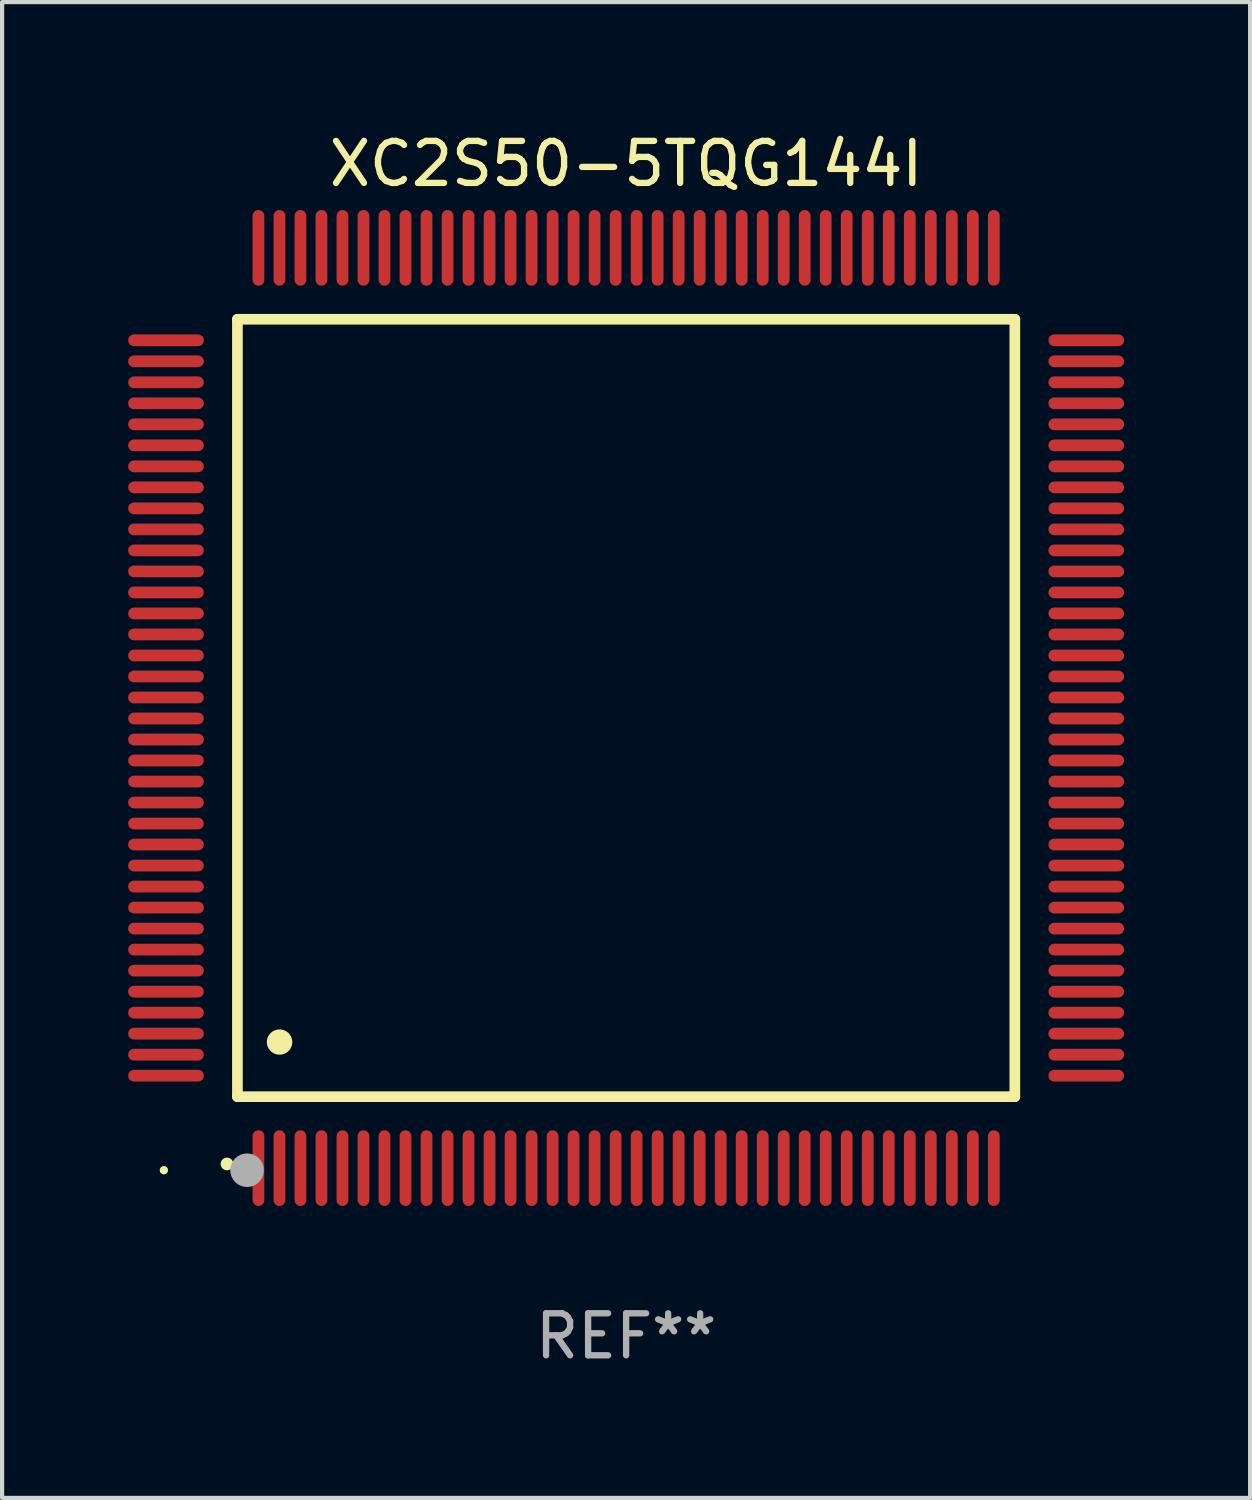
<source format=kicad_pcb>
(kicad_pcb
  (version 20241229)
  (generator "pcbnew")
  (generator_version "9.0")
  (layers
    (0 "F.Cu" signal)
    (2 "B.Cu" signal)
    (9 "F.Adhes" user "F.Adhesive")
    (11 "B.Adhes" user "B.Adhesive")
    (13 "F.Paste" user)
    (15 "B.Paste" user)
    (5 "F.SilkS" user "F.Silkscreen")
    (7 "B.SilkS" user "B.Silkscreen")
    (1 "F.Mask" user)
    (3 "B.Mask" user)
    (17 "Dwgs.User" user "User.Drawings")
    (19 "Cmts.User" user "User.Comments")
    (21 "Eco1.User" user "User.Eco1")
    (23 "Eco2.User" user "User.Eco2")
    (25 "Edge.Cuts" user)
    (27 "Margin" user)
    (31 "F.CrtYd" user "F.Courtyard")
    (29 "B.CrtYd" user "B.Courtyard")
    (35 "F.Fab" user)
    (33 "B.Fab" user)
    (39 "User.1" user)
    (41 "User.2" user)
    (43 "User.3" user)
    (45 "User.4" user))
  (footprint "XC2S50-5TQG144I"
    (layer "F.Cu")
    (at 11.85 13.798)
    (property "Reference" "XC2S50-5TQG144I" (at 0 -12.95 0) (layer "F.SilkS") (effects (font (size 1 1) (thickness 0.15))))
    (attr through_hole)
    (fp_line (start -9.25 -9.25) (end -9.25 9.25) (stroke (width 0.254) (type solid)) (layer "F.SilkS"))
    (fp_line (start -9.25 9.25) (end 9.25 9.25) (stroke (width 0.254) (type solid)) (layer "F.SilkS"))
    (fp_line (start 9.25 -9.25) (end -9.25 -9.25) (stroke (width 0.254) (type solid)) (layer "F.SilkS"))
    (fp_line (start 9.25 9.25) (end 9.25 -9.25) (stroke (width 0.254) (type solid)) (layer "F.SilkS"))
    (fp_arc (start -9.499619 10.850902) (mid -9.498349 10.850897) (end -9.497079 10.850902) (stroke (width 0.3) (type solid)) (layer "F.SilkS"))
    (fp_arc (start -8.249936 7.950216) (mid -8.247396 7.950205) (end -8.244856 7.950216) (stroke (width 0.6) (type solid)) (layer "F.SilkS"))
    (fp_circle (center -11 11) (end -10.95 11) (stroke (width 0.1) (type solid)) (fill no) (layer "F.SilkS"))
    (fp_circle (center -9.02 11) (end -8.82 11) (stroke (width 0.4) (type solid)) (fill no) (layer "F.Fab"))
    (fp_text user "REF**" (at 0 14.95 0) (layer "F.Fab") (effects (font (size 1 1) (thickness 0.15))))
    (pad "1" smd oval (at -8.75 10.95) (size 0.28 1.8) (layers "F.Cu" "F.Mask" "F.Paste"))
    (pad "2" smd oval (at -8.25 10.95) (size 0.28 1.8) (layers "F.Cu" "F.Mask" "F.Paste"))
    (pad "3" smd oval (at -7.75 10.95) (size 0.28 1.8) (layers "F.Cu" "F.Mask" "F.Paste"))
    (pad "4" smd oval (at -7.25 10.95) (size 0.28 1.8) (layers "F.Cu" "F.Mask" "F.Paste"))
    (pad "5" smd oval (at -6.75 10.95) (size 0.28 1.8) (layers "F.Cu" "F.Mask" "F.Paste"))
    (pad "6" smd oval (at -6.25 10.95) (size 0.28 1.8) (layers "F.Cu" "F.Mask" "F.Paste"))
    (pad "7" smd oval (at -5.75 10.95) (size 0.28 1.8) (layers "F.Cu" "F.Mask" "F.Paste"))
    (pad "8" smd oval (at -5.25 10.95) (size 0.28 1.8) (layers "F.Cu" "F.Mask" "F.Paste"))
    (pad "9" smd oval (at -4.75 10.95) (size 0.28 1.8) (layers "F.Cu" "F.Mask" "F.Paste"))
    (pad "10" smd oval (at -4.25 10.95) (size 0.28 1.8) (layers "F.Cu" "F.Mask" "F.Paste"))
    (pad "11" smd oval (at -3.75 10.95) (size 0.28 1.8) (layers "F.Cu" "F.Mask" "F.Paste"))
    (pad "12" smd oval (at -3.25 10.95) (size 0.28 1.8) (layers "F.Cu" "F.Mask" "F.Paste"))
    (pad "13" smd oval (at -2.75 10.95) (size 0.28 1.8) (layers "F.Cu" "F.Mask" "F.Paste"))
    (pad "14" smd oval (at -2.25 10.95) (size 0.28 1.8) (layers "F.Cu" "F.Mask" "F.Paste"))
    (pad "15" smd oval (at -1.75 10.95) (size 0.28 1.8) (layers "F.Cu" "F.Mask" "F.Paste"))
    (pad "16" smd oval (at -1.25 10.95) (size 0.28 1.8) (layers "F.Cu" "F.Mask" "F.Paste"))
    (pad "17" smd oval (at -0.75 10.95) (size 0.28 1.8) (layers "F.Cu" "F.Mask" "F.Paste"))
    (pad "18" smd oval (at -0.25 10.95) (size 0.28 1.8) (layers "F.Cu" "F.Mask" "F.Paste"))
    (pad "19" smd oval (at 0.25 10.95) (size 0.28 1.8) (layers "F.Cu" "F.Mask" "F.Paste"))
    (pad "20" smd oval (at 0.75 10.95) (size 0.28 1.8) (layers "F.Cu" "F.Mask" "F.Paste"))
    (pad "21" smd oval (at 1.25 10.95) (size 0.28 1.8) (layers "F.Cu" "F.Mask" "F.Paste"))
    (pad "22" smd oval (at 1.75 10.95) (size 0.28 1.8) (layers "F.Cu" "F.Mask" "F.Paste"))
    (pad "23" smd oval (at 2.25 10.95) (size 0.28 1.8) (layers "F.Cu" "F.Mask" "F.Paste"))
    (pad "24" smd oval (at 2.75 10.95) (size 0.28 1.8) (layers "F.Cu" "F.Mask" "F.Paste"))
    (pad "25" smd oval (at 3.25 10.95) (size 0.28 1.8) (layers "F.Cu" "F.Mask" "F.Paste"))
    (pad "26" smd oval (at 3.75 10.95) (size 0.28 1.8) (layers "F.Cu" "F.Mask" "F.Paste"))
    (pad "27" smd oval (at 4.25 10.95) (size 0.28 1.8) (layers "F.Cu" "F.Mask" "F.Paste"))
    (pad "28" smd oval (at 4.75 10.95) (size 0.28 1.8) (layers "F.Cu" "F.Mask" "F.Paste"))
    (pad "29" smd oval (at 5.25 10.95) (size 0.28 1.8) (layers "F.Cu" "F.Mask" "F.Paste"))
    (pad "30" smd oval (at 5.75 10.95) (size 0.28 1.8) (layers "F.Cu" "F.Mask" "F.Paste"))
    (pad "31" smd oval (at 6.25 10.95) (size 0.28 1.8) (layers "F.Cu" "F.Mask" "F.Paste"))
    (pad "32" smd oval (at 6.75 10.95) (size 0.28 1.8) (layers "F.Cu" "F.Mask" "F.Paste"))
    (pad "33" smd oval (at 7.25 10.95) (size 0.28 1.8) (layers "F.Cu" "F.Mask" "F.Paste"))
    (pad "34" smd oval (at 7.75 10.95) (size 0.28 1.8) (layers "F.Cu" "F.Mask" "F.Paste"))
    (pad "35" smd oval (at 8.25 10.95) (size 0.28 1.8) (layers "F.Cu" "F.Mask" "F.Paste"))
    (pad "36" smd oval (at 8.75 10.95) (size 0.28 1.8) (layers "F.Cu" "F.Mask" "F.Paste"))
    (pad "37" smd oval (at 10.95 8.75) (size 1.8 0.28) (layers "F.Cu" "F.Mask" "F.Paste"))
    (pad "38" smd oval (at 10.95 8.25) (size 1.8 0.28) (layers "F.Cu" "F.Mask" "F.Paste"))
    (pad "39" smd oval (at 10.95 7.75) (size 1.8 0.28) (layers "F.Cu" "F.Mask" "F.Paste"))
    (pad "40" smd oval (at 10.95 7.25) (size 1.8 0.28) (layers "F.Cu" "F.Mask" "F.Paste"))
    (pad "41" smd oval (at 10.95 6.75) (size 1.8 0.28) (layers "F.Cu" "F.Mask" "F.Paste"))
    (pad "42" smd oval (at 10.95 6.25) (size 1.8 0.28) (layers "F.Cu" "F.Mask" "F.Paste"))
    (pad "43" smd oval (at 10.95 5.75) (size 1.8 0.28) (layers "F.Cu" "F.Mask" "F.Paste"))
    (pad "44" smd oval (at 10.95 5.25) (size 1.8 0.28) (layers "F.Cu" "F.Mask" "F.Paste"))
    (pad "45" smd oval (at 10.95 4.75) (size 1.8 0.28) (layers "F.Cu" "F.Mask" "F.Paste"))
    (pad "46" smd oval (at 10.95 4.25) (size 1.8 0.28) (layers "F.Cu" "F.Mask" "F.Paste"))
    (pad "47" smd oval (at 10.95 3.75) (size 1.8 0.28) (layers "F.Cu" "F.Mask" "F.Paste"))
    (pad "48" smd oval (at 10.95 3.25) (size 1.8 0.28) (layers "F.Cu" "F.Mask" "F.Paste"))
    (pad "49" smd oval (at 10.95 2.75) (size 1.8 0.28) (layers "F.Cu" "F.Mask" "F.Paste"))
    (pad "50" smd oval (at 10.95 2.25) (size 1.8 0.28) (layers "F.Cu" "F.Mask" "F.Paste"))
    (pad "51" smd oval (at 10.95 1.75) (size 1.8 0.28) (layers "F.Cu" "F.Mask" "F.Paste"))
    (pad "52" smd oval (at 10.95 1.25) (size 1.8 0.28) (layers "F.Cu" "F.Mask" "F.Paste"))
    (pad "53" smd oval (at 10.95 0.75) (size 1.8 0.28) (layers "F.Cu" "F.Mask" "F.Paste"))
    (pad "54" smd oval (at 10.95 0.25) (size 1.8 0.28) (layers "F.Cu" "F.Mask" "F.Paste"))
    (pad "55" smd oval (at 10.95 -0.25) (size 1.8 0.28) (layers "F.Cu" "F.Mask" "F.Paste"))
    (pad "56" smd oval (at 10.95 -0.75) (size 1.8 0.28) (layers "F.Cu" "F.Mask" "F.Paste"))
    (pad "57" smd oval (at 10.95 -1.25) (size 1.8 0.28) (layers "F.Cu" "F.Mask" "F.Paste"))
    (pad "58" smd oval (at 10.95 -1.75) (size 1.8 0.28) (layers "F.Cu" "F.Mask" "F.Paste"))
    (pad "59" smd oval (at 10.95 -2.25) (size 1.8 0.28) (layers "F.Cu" "F.Mask" "F.Paste"))
    (pad "60" smd oval (at 10.95 -2.75) (size 1.8 0.28) (layers "F.Cu" "F.Mask" "F.Paste"))
    (pad "61" smd oval (at 10.95 -3.25) (size 1.8 0.28) (layers "F.Cu" "F.Mask" "F.Paste"))
    (pad "62" smd oval (at 10.95 -3.75) (size 1.8 0.28) (layers "F.Cu" "F.Mask" "F.Paste"))
    (pad "63" smd oval (at 10.95 -4.25) (size 1.8 0.28) (layers "F.Cu" "F.Mask" "F.Paste"))
    (pad "64" smd oval (at 10.95 -4.75) (size 1.8 0.28) (layers "F.Cu" "F.Mask" "F.Paste"))
    (pad "65" smd oval (at 10.95 -5.25) (size 1.8 0.28) (layers "F.Cu" "F.Mask" "F.Paste"))
    (pad "66" smd oval (at 10.95 -5.75) (size 1.8 0.28) (layers "F.Cu" "F.Mask" "F.Paste"))
    (pad "67" smd oval (at 10.95 -6.25) (size 1.8 0.28) (layers "F.Cu" "F.Mask" "F.Paste"))
    (pad "68" smd oval (at 10.95 -6.75) (size 1.8 0.28) (layers "F.Cu" "F.Mask" "F.Paste"))
    (pad "69" smd oval (at 10.95 -7.25) (size 1.8 0.28) (layers "F.Cu" "F.Mask" "F.Paste"))
    (pad "70" smd oval (at 10.95 -7.75) (size 1.8 0.28) (layers "F.Cu" "F.Mask" "F.Paste"))
    (pad "71" smd oval (at 10.95 -8.25) (size 1.8 0.28) (layers "F.Cu" "F.Mask" "F.Paste"))
    (pad "72" smd oval (at 10.95 -8.75) (size 1.8 0.28) (layers "F.Cu" "F.Mask" "F.Paste"))
    (pad "73" smd oval (at 8.75 -10.95) (size 0.28 1.8) (layers "F.Cu" "F.Mask" "F.Paste"))
    (pad "74" smd oval (at 8.25 -10.95) (size 0.28 1.8) (layers "F.Cu" "F.Mask" "F.Paste"))
    (pad "75" smd oval (at 7.75 -10.95) (size 0.28 1.8) (layers "F.Cu" "F.Mask" "F.Paste"))
    (pad "76" smd oval (at 7.25 -10.95) (size 0.28 1.8) (layers "F.Cu" "F.Mask" "F.Paste"))
    (pad "77" smd oval (at 6.75 -10.95) (size 0.28 1.8) (layers "F.Cu" "F.Mask" "F.Paste"))
    (pad "78" smd oval (at 6.25 -10.95) (size 0.28 1.8) (layers "F.Cu" "F.Mask" "F.Paste"))
    (pad "79" smd oval (at 5.75 -10.95) (size 0.28 1.8) (layers "F.Cu" "F.Mask" "F.Paste"))
    (pad "80" smd oval (at 5.25 -10.95) (size 0.28 1.8) (layers "F.Cu" "F.Mask" "F.Paste"))
    (pad "81" smd oval (at 4.75 -10.95) (size 0.28 1.8) (layers "F.Cu" "F.Mask" "F.Paste"))
    (pad "82" smd oval (at 4.25 -10.95) (size 0.28 1.8) (layers "F.Cu" "F.Mask" "F.Paste"))
    (pad "83" smd oval (at 3.75 -10.95) (size 0.28 1.8) (layers "F.Cu" "F.Mask" "F.Paste"))
    (pad "84" smd oval (at 3.25 -10.95) (size 0.28 1.8) (layers "F.Cu" "F.Mask" "F.Paste"))
    (pad "85" smd oval (at 2.75 -10.95) (size 0.28 1.8) (layers "F.Cu" "F.Mask" "F.Paste"))
    (pad "86" smd oval (at 2.25 -10.95) (size 0.28 1.8) (layers "F.Cu" "F.Mask" "F.Paste"))
    (pad "87" smd oval (at 1.75 -10.95) (size 0.28 1.8) (layers "F.Cu" "F.Mask" "F.Paste"))
    (pad "88" smd oval (at 1.25 -10.95) (size 0.28 1.8) (layers "F.Cu" "F.Mask" "F.Paste"))
    (pad "89" smd oval (at 0.75 -10.95) (size 0.28 1.8) (layers "F.Cu" "F.Mask" "F.Paste"))
    (pad "90" smd oval (at 0.25 -10.95) (size 0.28 1.8) (layers "F.Cu" "F.Mask" "F.Paste"))
    (pad "91" smd oval (at -0.25 -10.95) (size 0.28 1.8) (layers "F.Cu" "F.Mask" "F.Paste"))
    (pad "92" smd oval (at -0.75 -10.95) (size 0.28 1.8) (layers "F.Cu" "F.Mask" "F.Paste"))
    (pad "93" smd oval (at -1.25 -10.95) (size 0.28 1.8) (layers "F.Cu" "F.Mask" "F.Paste"))
    (pad "94" smd oval (at -1.75 -10.95) (size 0.28 1.8) (layers "F.Cu" "F.Mask" "F.Paste"))
    (pad "95" smd oval (at -2.25 -10.95) (size 0.28 1.8) (layers "F.Cu" "F.Mask" "F.Paste"))
    (pad "96" smd oval (at -2.75 -10.95) (size 0.28 1.8) (layers "F.Cu" "F.Mask" "F.Paste"))
    (pad "97" smd oval (at -3.25 -10.95) (size 0.28 1.8) (layers "F.Cu" "F.Mask" "F.Paste"))
    (pad "98" smd oval (at -3.75 -10.95) (size 0.28 1.8) (layers "F.Cu" "F.Mask" "F.Paste"))
    (pad "99" smd oval (at -4.25 -10.95) (size 0.28 1.8) (layers "F.Cu" "F.Mask" "F.Paste"))
    (pad "100" smd oval (at -4.75 -10.95) (size 0.28 1.8) (layers "F.Cu" "F.Mask" "F.Paste"))
    (pad "101" smd oval (at -5.25 -10.95) (size 0.28 1.8) (layers "F.Cu" "F.Mask" "F.Paste"))
    (pad "102" smd oval (at -5.75 -10.95) (size 0.28 1.8) (layers "F.Cu" "F.Mask" "F.Paste"))
    (pad "103" smd oval (at -6.25 -10.95) (size 0.28 1.8) (layers "F.Cu" "F.Mask" "F.Paste"))
    (pad "104" smd oval (at -6.75 -10.95) (size 0.28 1.8) (layers "F.Cu" "F.Mask" "F.Paste"))
    (pad "105" smd oval (at -7.25 -10.95) (size 0.28 1.8) (layers "F.Cu" "F.Mask" "F.Paste"))
    (pad "106" smd oval (at -7.75 -10.95) (size 0.28 1.8) (layers "F.Cu" "F.Mask" "F.Paste"))
    (pad "107" smd oval (at -8.25 -10.95) (size 0.28 1.8) (layers "F.Cu" "F.Mask" "F.Paste"))
    (pad "108" smd oval (at -8.75 -10.95) (size 0.28 1.8) (layers "F.Cu" "F.Mask" "F.Paste"))
    (pad "109" smd oval (at -10.95 -8.75) (size 1.8 0.28) (layers "F.Cu" "F.Mask" "F.Paste"))
    (pad "110" smd oval (at -10.95 -8.25) (size 1.8 0.28) (layers "F.Cu" "F.Mask" "F.Paste"))
    (pad "111" smd oval (at -10.95 -7.75) (size 1.8 0.28) (layers "F.Cu" "F.Mask" "F.Paste"))
    (pad "112" smd oval (at -10.95 -7.25) (size 1.8 0.28) (layers "F.Cu" "F.Mask" "F.Paste"))
    (pad "113" smd oval (at -10.95 -6.75) (size 1.8 0.28) (layers "F.Cu" "F.Mask" "F.Paste"))
    (pad "114" smd oval (at -10.95 -6.25) (size 1.8 0.28) (layers "F.Cu" "F.Mask" "F.Paste"))
    (pad "115" smd oval (at -10.95 -5.75) (size 1.8 0.28) (layers "F.Cu" "F.Mask" "F.Paste"))
    (pad "116" smd oval (at -10.95 -5.25) (size 1.8 0.28) (layers "F.Cu" "F.Mask" "F.Paste"))
    (pad "117" smd oval (at -10.95 -4.75) (size 1.8 0.28) (layers "F.Cu" "F.Mask" "F.Paste"))
    (pad "118" smd oval (at -10.95 -4.25) (size 1.8 0.28) (layers "F.Cu" "F.Mask" "F.Paste"))
    (pad "119" smd oval (at -10.95 -3.75) (size 1.8 0.28) (layers "F.Cu" "F.Mask" "F.Paste"))
    (pad "120" smd oval (at -10.95 -3.25) (size 1.8 0.28) (layers "F.Cu" "F.Mask" "F.Paste"))
    (pad "121" smd oval (at -10.95 -2.75) (size 1.8 0.28) (layers "F.Cu" "F.Mask" "F.Paste"))
    (pad "122" smd oval (at -10.95 -2.25) (size 1.8 0.28) (layers "F.Cu" "F.Mask" "F.Paste"))
    (pad "123" smd oval (at -10.95 -1.75) (size 1.8 0.28) (layers "F.Cu" "F.Mask" "F.Paste"))
    (pad "124" smd oval (at -10.95 -1.25) (size 1.8 0.28) (layers "F.Cu" "F.Mask" "F.Paste"))
    (pad "125" smd oval (at -10.95 -0.75) (size 1.8 0.28) (layers "F.Cu" "F.Mask" "F.Paste"))
    (pad "126" smd oval (at -10.95 -0.25) (size 1.8 0.28) (layers "F.Cu" "F.Mask" "F.Paste"))
    (pad "127" smd oval (at -10.95 0.25) (size 1.8 0.28) (layers "F.Cu" "F.Mask" "F.Paste"))
    (pad "128" smd oval (at -10.95 0.75) (size 1.8 0.28) (layers "F.Cu" "F.Mask" "F.Paste"))
    (pad "129" smd oval (at -10.95 1.25) (size 1.8 0.28) (layers "F.Cu" "F.Mask" "F.Paste"))
    (pad "130" smd oval (at -10.95 1.75) (size 1.8 0.28) (layers "F.Cu" "F.Mask" "F.Paste"))
    (pad "131" smd oval (at -10.95 2.25) (size 1.8 0.28) (layers "F.Cu" "F.Mask" "F.Paste"))
    (pad "132" smd oval (at -10.95 2.75) (size 1.8 0.28) (layers "F.Cu" "F.Mask" "F.Paste"))
    (pad "133" smd oval (at -10.95 3.25) (size 1.8 0.28) (layers "F.Cu" "F.Mask" "F.Paste"))
    (pad "134" smd oval (at -10.95 3.75) (size 1.8 0.28) (layers "F.Cu" "F.Mask" "F.Paste"))
    (pad "135" smd oval (at -10.95 4.25) (size 1.8 0.28) (layers "F.Cu" "F.Mask" "F.Paste"))
    (pad "136" smd oval (at -10.95 4.75) (size 1.8 0.28) (layers "F.Cu" "F.Mask" "F.Paste"))
    (pad "137" smd oval (at -10.95 5.25) (size 1.8 0.28) (layers "F.Cu" "F.Mask" "F.Paste"))
    (pad "138" smd oval (at -10.95 5.75) (size 1.8 0.28) (layers "F.Cu" "F.Mask" "F.Paste"))
    (pad "139" smd oval (at -10.95 6.25) (size 1.8 0.28) (layers "F.Cu" "F.Mask" "F.Paste"))
    (pad "140" smd oval (at -10.95 6.75) (size 1.8 0.28) (layers "F.Cu" "F.Mask" "F.Paste"))
    (pad "141" smd oval (at -10.95 7.25) (size 1.8 0.28) (layers "F.Cu" "F.Mask" "F.Paste"))
    (pad "142" smd oval (at -10.95 7.75) (size 1.8 0.28) (layers "F.Cu" "F.Mask" "F.Paste"))
    (pad "143" smd oval (at -10.95 8.25) (size 1.8 0.28) (layers "F.Cu" "F.Mask" "F.Paste"))
    (pad "144" smd oval (at -10.95 8.75) (size 1.8 0.28) (layers "F.Cu" "F.Mask" "F.Paste")))
  (gr_rect
    (start -3 -3)
    (end 26.7 32.596)
    (stroke (width 0.1) (type default))
    (fill no)
    (layer "Edge.Cuts")))
</source>
